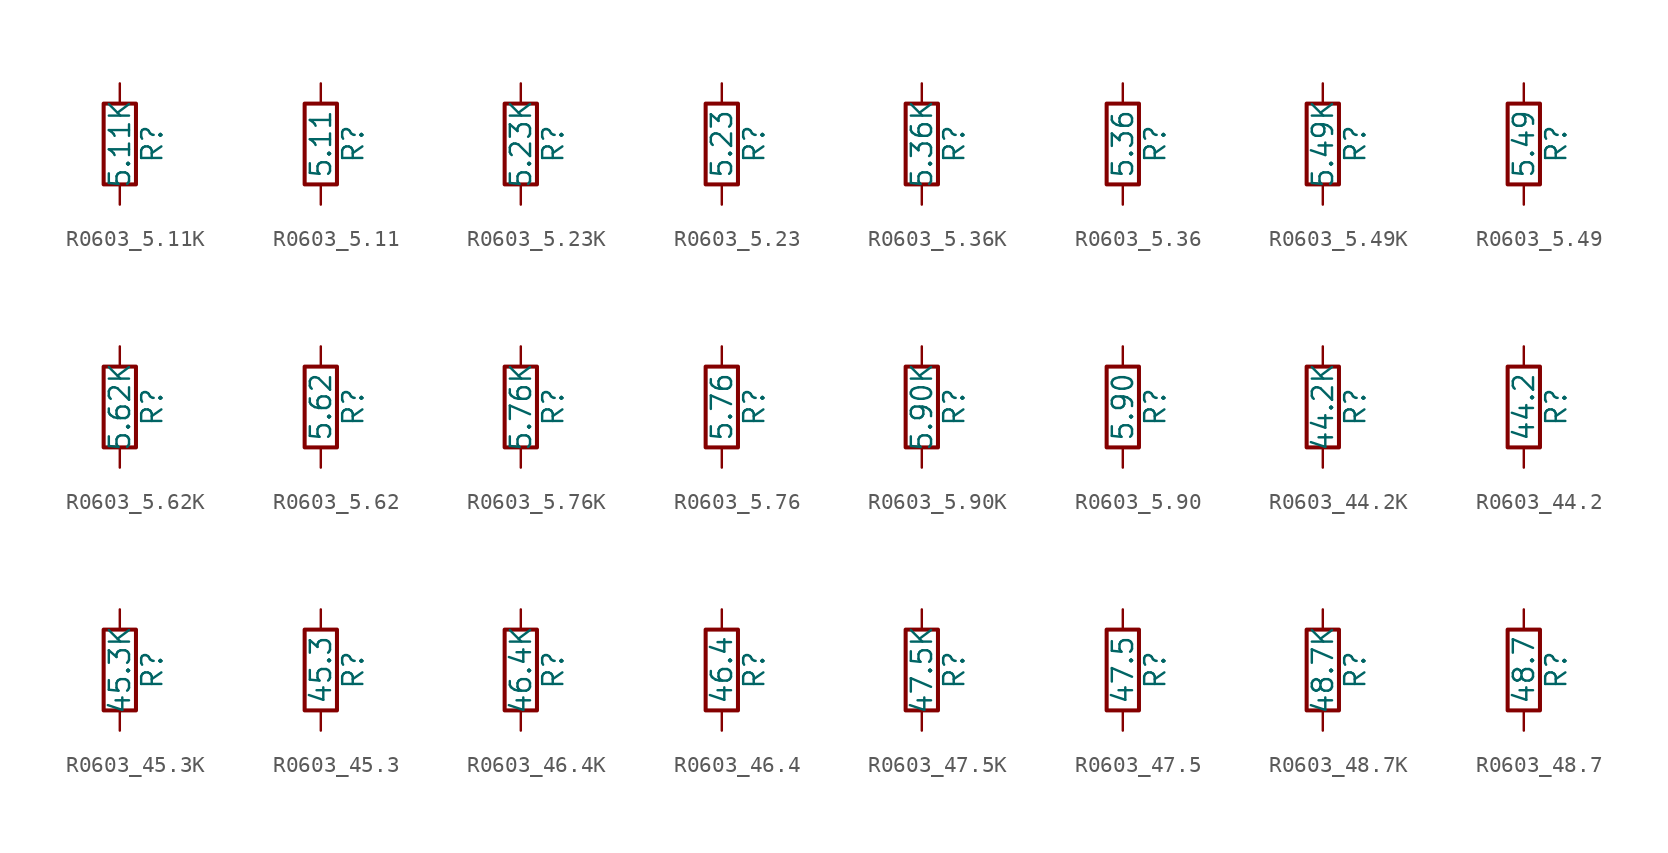
<source format=kicad_sym>
(kicad_symbol_lib
  (version 20211014)
  (generator atlantix-eda)
  (symbol "R0603_5.11K"
    (pin_numbers hide)
    (pin_names
      (offset 0))
    (property "Reference" "R"
      (at 2.032 0 90)
      (effects (font (size 1.27 1.27))))
    (property "Value" "5.11K"
      (at 0 0 90)
      (effects (font (size 1.27 1.27))))
    (symbol "R0603_5.11K_0_1"
      (rectangle (start -1.016 -2.54) (end 1.016 2.54) (stroke (width 0.254) (type default) (color 0 0 0 0)) (fill (type none))))
    (symbol "R0603_5.11K_1_1"
      (pin passive line (at 0 3.81 270) (length 1.27) (name "~" (effects (font (size 1.27 1.27)))) (number "1" (effects (font (size 1.27 1.27)))))
      (pin passive line (at 0 -3.81 90) (length 1.27) (name "~" (effects (font (size 1.27 1.27)))) (number "2" (effects (font (size 1.27 1.27)))))))
  (symbol "R0603_5.11"
    (pin_numbers hide)
    (pin_names
      (offset 0))
    (property "Reference" "R"
      (at 2.032 0 90)
      (effects (font (size 1.27 1.27))))
    (property "Value" "5.11"
      (at 0 0 90)
      (effects (font (size 1.27 1.27))))
    (symbol "R0603_5.11_0_1"
      (rectangle (start -1.016 -2.54) (end 1.016 2.54) (stroke (width 0.254) (type default) (color 0 0 0 0)) (fill (type none))))
    (symbol "R0603_5.11_1_1"
      (pin passive line (at 0 3.81 270) (length 1.27) (name "~" (effects (font (size 1.27 1.27)))) (number "1" (effects (font (size 1.27 1.27)))))
      (pin passive line (at 0 -3.81 90) (length 1.27) (name "~" (effects (font (size 1.27 1.27)))) (number "2" (effects (font (size 1.27 1.27)))))))
  (symbol "R0603_5.23K"
    (pin_numbers hide)
    (pin_names
      (offset 0))
    (property "Reference" "R"
      (at 2.032 0 90)
      (effects (font (size 1.27 1.27))))
    (property "Value" "5.23K"
      (at 0 0 90)
      (effects (font (size 1.27 1.27))))
    (symbol "R0603_5.23K_0_1"
      (rectangle (start -1.016 -2.54) (end 1.016 2.54) (stroke (width 0.254) (type default) (color 0 0 0 0)) (fill (type none))))
    (symbol "R0603_5.23K_1_1"
      (pin passive line (at 0 3.81 270) (length 1.27) (name "~" (effects (font (size 1.27 1.27)))) (number "1" (effects (font (size 1.27 1.27)))))
      (pin passive line (at 0 -3.81 90) (length 1.27) (name "~" (effects (font (size 1.27 1.27)))) (number "2" (effects (font (size 1.27 1.27)))))))
  (symbol "R0603_5.23"
    (pin_numbers hide)
    (pin_names
      (offset 0))
    (property "Reference" "R"
      (at 2.032 0 90)
      (effects (font (size 1.27 1.27))))
    (property "Value" "5.23"
      (at 0 0 90)
      (effects (font (size 1.27 1.27))))
    (symbol "R0603_5.23_0_1"
      (rectangle (start -1.016 -2.54) (end 1.016 2.54) (stroke (width 0.254) (type default) (color 0 0 0 0)) (fill (type none))))
    (symbol "R0603_5.23_1_1"
      (pin passive line (at 0 3.81 270) (length 1.27) (name "~" (effects (font (size 1.27 1.27)))) (number "1" (effects (font (size 1.27 1.27)))))
      (pin passive line (at 0 -3.81 90) (length 1.27) (name "~" (effects (font (size 1.27 1.27)))) (number "2" (effects (font (size 1.27 1.27)))))))
  (symbol "R0603_5.36K"
    (pin_numbers hide)
    (pin_names
      (offset 0))
    (property "Reference" "R"
      (at 2.032 0 90)
      (effects (font (size 1.27 1.27))))
    (property "Value" "5.36K"
      (at 0 0 90)
      (effects (font (size 1.27 1.27))))
    (symbol "R0603_5.36K_0_1"
      (rectangle (start -1.016 -2.54) (end 1.016 2.54) (stroke (width 0.254) (type default) (color 0 0 0 0)) (fill (type none))))
    (symbol "R0603_5.36K_1_1"
      (pin passive line (at 0 3.81 270) (length 1.27) (name "~" (effects (font (size 1.27 1.27)))) (number "1" (effects (font (size 1.27 1.27)))))
      (pin passive line (at 0 -3.81 90) (length 1.27) (name "~" (effects (font (size 1.27 1.27)))) (number "2" (effects (font (size 1.27 1.27)))))))
  (symbol "R0603_5.36"
    (pin_numbers hide)
    (pin_names
      (offset 0))
    (property "Reference" "R"
      (at 2.032 0 90)
      (effects (font (size 1.27 1.27))))
    (property "Value" "5.36"
      (at 0 0 90)
      (effects (font (size 1.27 1.27))))
    (symbol "R0603_5.36_0_1"
      (rectangle (start -1.016 -2.54) (end 1.016 2.54) (stroke (width 0.254) (type default) (color 0 0 0 0)) (fill (type none))))
    (symbol "R0603_5.36_1_1"
      (pin passive line (at 0 3.81 270) (length 1.27) (name "~" (effects (font (size 1.27 1.27)))) (number "1" (effects (font (size 1.27 1.27)))))
      (pin passive line (at 0 -3.81 90) (length 1.27) (name "~" (effects (font (size 1.27 1.27)))) (number "2" (effects (font (size 1.27 1.27)))))))
  (symbol "R0603_5.49K"
    (pin_numbers hide)
    (pin_names
      (offset 0))
    (property "Reference" "R"
      (at 2.032 0 90)
      (effects (font (size 1.27 1.27))))
    (property "Value" "5.49K"
      (at 0 0 90)
      (effects (font (size 1.27 1.27))))
    (symbol "R0603_5.49K_0_1"
      (rectangle (start -1.016 -2.54) (end 1.016 2.54) (stroke (width 0.254) (type default) (color 0 0 0 0)) (fill (type none))))
    (symbol "R0603_5.49K_1_1"
      (pin passive line (at 0 3.81 270) (length 1.27) (name "~" (effects (font (size 1.27 1.27)))) (number "1" (effects (font (size 1.27 1.27)))))
      (pin passive line (at 0 -3.81 90) (length 1.27) (name "~" (effects (font (size 1.27 1.27)))) (number "2" (effects (font (size 1.27 1.27)))))))
  (symbol "R0603_5.49"
    (pin_numbers hide)
    (pin_names
      (offset 0))
    (property "Reference" "R"
      (at 2.032 0 90)
      (effects (font (size 1.27 1.27))))
    (property "Value" "5.49"
      (at 0 0 90)
      (effects (font (size 1.27 1.27))))
    (symbol "R0603_5.49_0_1"
      (rectangle (start -1.016 -2.54) (end 1.016 2.54) (stroke (width 0.254) (type default) (color 0 0 0 0)) (fill (type none))))
    (symbol "R0603_5.49_1_1"
      (pin passive line (at 0 3.81 270) (length 1.27) (name "~" (effects (font (size 1.27 1.27)))) (number "1" (effects (font (size 1.27 1.27)))))
      (pin passive line (at 0 -3.81 90) (length 1.27) (name "~" (effects (font (size 1.27 1.27)))) (number "2" (effects (font (size 1.27 1.27)))))))
  (symbol "R0603_5.62K"
    (pin_numbers hide)
    (pin_names
      (offset 0))
    (property "Reference" "R"
      (at 2.032 0 90)
      (effects (font (size 1.27 1.27))))
    (property "Value" "5.62K"
      (at 0 0 90)
      (effects (font (size 1.27 1.27))))
    (symbol "R0603_5.62K_0_1"
      (rectangle (start -1.016 -2.54) (end 1.016 2.54) (stroke (width 0.254) (type default) (color 0 0 0 0)) (fill (type none))))
    (symbol "R0603_5.62K_1_1"
      (pin passive line (at 0 3.81 270) (length 1.27) (name "~" (effects (font (size 1.27 1.27)))) (number "1" (effects (font (size 1.27 1.27)))))
      (pin passive line (at 0 -3.81 90) (length 1.27) (name "~" (effects (font (size 1.27 1.27)))) (number "2" (effects (font (size 1.27 1.27)))))))
  (symbol "R0603_5.62"
    (pin_numbers hide)
    (pin_names
      (offset 0))
    (property "Reference" "R"
      (at 2.032 0 90)
      (effects (font (size 1.27 1.27))))
    (property "Value" "5.62"
      (at 0 0 90)
      (effects (font (size 1.27 1.27))))
    (symbol "R0603_5.62_0_1"
      (rectangle (start -1.016 -2.54) (end 1.016 2.54) (stroke (width 0.254) (type default) (color 0 0 0 0)) (fill (type none))))
    (symbol "R0603_5.62_1_1"
      (pin passive line (at 0 3.81 270) (length 1.27) (name "~" (effects (font (size 1.27 1.27)))) (number "1" (effects (font (size 1.27 1.27)))))
      (pin passive line (at 0 -3.81 90) (length 1.27) (name "~" (effects (font (size 1.27 1.27)))) (number "2" (effects (font (size 1.27 1.27)))))))
  (symbol "R0603_5.76K"
    (pin_numbers hide)
    (pin_names
      (offset 0))
    (property "Reference" "R"
      (at 2.032 0 90)
      (effects (font (size 1.27 1.27))))
    (property "Value" "5.76K"
      (at 0 0 90)
      (effects (font (size 1.27 1.27))))
    (symbol "R0603_5.76K_0_1"
      (rectangle (start -1.016 -2.54) (end 1.016 2.54) (stroke (width 0.254) (type default) (color 0 0 0 0)) (fill (type none))))
    (symbol "R0603_5.76K_1_1"
      (pin passive line (at 0 3.81 270) (length 1.27) (name "~" (effects (font (size 1.27 1.27)))) (number "1" (effects (font (size 1.27 1.27)))))
      (pin passive line (at 0 -3.81 90) (length 1.27) (name "~" (effects (font (size 1.27 1.27)))) (number "2" (effects (font (size 1.27 1.27)))))))
  (symbol "R0603_5.76"
    (pin_numbers hide)
    (pin_names
      (offset 0))
    (property "Reference" "R"
      (at 2.032 0 90)
      (effects (font (size 1.27 1.27))))
    (property "Value" "5.76"
      (at 0 0 90)
      (effects (font (size 1.27 1.27))))
    (symbol "R0603_5.76_0_1"
      (rectangle (start -1.016 -2.54) (end 1.016 2.54) (stroke (width 0.254) (type default) (color 0 0 0 0)) (fill (type none))))
    (symbol "R0603_5.76_1_1"
      (pin passive line (at 0 3.81 270) (length 1.27) (name "~" (effects (font (size 1.27 1.27)))) (number "1" (effects (font (size 1.27 1.27)))))
      (pin passive line (at 0 -3.81 90) (length 1.27) (name "~" (effects (font (size 1.27 1.27)))) (number "2" (effects (font (size 1.27 1.27)))))))
  (symbol "R0603_5.90K"
    (pin_numbers hide)
    (pin_names
      (offset 0))
    (property "Reference" "R"
      (at 2.032 0 90)
      (effects (font (size 1.27 1.27))))
    (property "Value" "5.90K"
      (at 0 0 90)
      (effects (font (size 1.27 1.27))))
    (symbol "R0603_5.90K_0_1"
      (rectangle (start -1.016 -2.54) (end 1.016 2.54) (stroke (width 0.254) (type default) (color 0 0 0 0)) (fill (type none))))
    (symbol "R0603_5.90K_1_1"
      (pin passive line (at 0 3.81 270) (length 1.27) (name "~" (effects (font (size 1.27 1.27)))) (number "1" (effects (font (size 1.27 1.27)))))
      (pin passive line (at 0 -3.81 90) (length 1.27) (name "~" (effects (font (size 1.27 1.27)))) (number "2" (effects (font (size 1.27 1.27)))))))
  (symbol "R0603_5.90"
    (pin_numbers hide)
    (pin_names
      (offset 0))
    (property "Reference" "R"
      (at 2.032 0 90)
      (effects (font (size 1.27 1.27))))
    (property "Value" "5.90"
      (at 0 0 90)
      (effects (font (size 1.27 1.27))))
    (symbol "R0603_5.90_0_1"
      (rectangle (start -1.016 -2.54) (end 1.016 2.54) (stroke (width 0.254) (type default) (color 0 0 0 0)) (fill (type none))))
    (symbol "R0603_5.90_1_1"
      (pin passive line (at 0 3.81 270) (length 1.27) (name "~" (effects (font (size 1.27 1.27)))) (number "1" (effects (font (size 1.27 1.27)))))
      (pin passive line (at 0 -3.81 90) (length 1.27) (name "~" (effects (font (size 1.27 1.27)))) (number "2" (effects (font (size 1.27 1.27)))))))
  (symbol "R0603_44.2K"
    (pin_numbers hide)
    (pin_names
      (offset 0))
    (property "Reference" "R"
      (at 2.032 0 90)
      (effects (font (size 1.27 1.27))))
    (property "Value" "44.2K"
      (at 0 0 90)
      (effects (font (size 1.27 1.27))))
    (symbol "R0603_44.2K_0_1"
      (rectangle (start -1.016 -2.54) (end 1.016 2.54) (stroke (width 0.254) (type default) (color 0 0 0 0)) (fill (type none))))
    (symbol "R0603_44.2K_1_1"
      (pin passive line (at 0 3.81 270) (length 1.27) (name "~" (effects (font (size 1.27 1.27)))) (number "1" (effects (font (size 1.27 1.27)))))
      (pin passive line (at 0 -3.81 90) (length 1.27) (name "~" (effects (font (size 1.27 1.27)))) (number "2" (effects (font (size 1.27 1.27)))))))
  (symbol "R0603_44.2"
    (pin_numbers hide)
    (pin_names
      (offset 0))
    (property "Reference" "R"
      (at 2.032 0 90)
      (effects (font (size 1.27 1.27))))
    (property "Value" "44.2"
      (at 0 0 90)
      (effects (font (size 1.27 1.27))))
    (symbol "R0603_44.2_0_1"
      (rectangle (start -1.016 -2.54) (end 1.016 2.54) (stroke (width 0.254) (type default) (color 0 0 0 0)) (fill (type none))))
    (symbol "R0603_44.2_1_1"
      (pin passive line (at 0 3.81 270) (length 1.27) (name "~" (effects (font (size 1.27 1.27)))) (number "1" (effects (font (size 1.27 1.27)))))
      (pin passive line (at 0 -3.81 90) (length 1.27) (name "~" (effects (font (size 1.27 1.27)))) (number "2" (effects (font (size 1.27 1.27)))))))
  (symbol "R0603_45.3K"
    (pin_numbers hide)
    (pin_names
      (offset 0))
    (property "Reference" "R"
      (at 2.032 0 90)
      (effects (font (size 1.27 1.27))))
    (property "Value" "45.3K"
      (at 0 0 90)
      (effects (font (size 1.27 1.27))))
    (symbol "R0603_45.3K_0_1"
      (rectangle (start -1.016 -2.54) (end 1.016 2.54) (stroke (width 0.254) (type default) (color 0 0 0 0)) (fill (type none))))
    (symbol "R0603_45.3K_1_1"
      (pin passive line (at 0 3.81 270) (length 1.27) (name "~" (effects (font (size 1.27 1.27)))) (number "1" (effects (font (size 1.27 1.27)))))
      (pin passive line (at 0 -3.81 90) (length 1.27) (name "~" (effects (font (size 1.27 1.27)))) (number "2" (effects (font (size 1.27 1.27)))))))
  (symbol "R0603_45.3"
    (pin_numbers hide)
    (pin_names
      (offset 0))
    (property "Reference" "R"
      (at 2.032 0 90)
      (effects (font (size 1.27 1.27))))
    (property "Value" "45.3"
      (at 0 0 90)
      (effects (font (size 1.27 1.27))))
    (symbol "R0603_45.3_0_1"
      (rectangle (start -1.016 -2.54) (end 1.016 2.54) (stroke (width 0.254) (type default) (color 0 0 0 0)) (fill (type none))))
    (symbol "R0603_45.3_1_1"
      (pin passive line (at 0 3.81 270) (length 1.27) (name "~" (effects (font (size 1.27 1.27)))) (number "1" (effects (font (size 1.27 1.27)))))
      (pin passive line (at 0 -3.81 90) (length 1.27) (name "~" (effects (font (size 1.27 1.27)))) (number "2" (effects (font (size 1.27 1.27)))))))
  (symbol "R0603_46.4K"
    (pin_numbers hide)
    (pin_names
      (offset 0))
    (property "Reference" "R"
      (at 2.032 0 90)
      (effects (font (size 1.27 1.27))))
    (property "Value" "46.4K"
      (at 0 0 90)
      (effects (font (size 1.27 1.27))))
    (symbol "R0603_46.4K_0_1"
      (rectangle (start -1.016 -2.54) (end 1.016 2.54) (stroke (width 0.254) (type default) (color 0 0 0 0)) (fill (type none))))
    (symbol "R0603_46.4K_1_1"
      (pin passive line (at 0 3.81 270) (length 1.27) (name "~" (effects (font (size 1.27 1.27)))) (number "1" (effects (font (size 1.27 1.27)))))
      (pin passive line (at 0 -3.81 90) (length 1.27) (name "~" (effects (font (size 1.27 1.27)))) (number "2" (effects (font (size 1.27 1.27)))))))
  (symbol "R0603_46.4"
    (pin_numbers hide)
    (pin_names
      (offset 0))
    (property "Reference" "R"
      (at 2.032 0 90)
      (effects (font (size 1.27 1.27))))
    (property "Value" "46.4"
      (at 0 0 90)
      (effects (font (size 1.27 1.27))))
    (symbol "R0603_46.4_0_1"
      (rectangle (start -1.016 -2.54) (end 1.016 2.54) (stroke (width 0.254) (type default) (color 0 0 0 0)) (fill (type none))))
    (symbol "R0603_46.4_1_1"
      (pin passive line (at 0 3.81 270) (length 1.27) (name "~" (effects (font (size 1.27 1.27)))) (number "1" (effects (font (size 1.27 1.27)))))
      (pin passive line (at 0 -3.81 90) (length 1.27) (name "~" (effects (font (size 1.27 1.27)))) (number "2" (effects (font (size 1.27 1.27)))))))
  (symbol "R0603_47.5K"
    (pin_numbers hide)
    (pin_names
      (offset 0))
    (property "Reference" "R"
      (at 2.032 0 90)
      (effects (font (size 1.27 1.27))))
    (property "Value" "47.5K"
      (at 0 0 90)
      (effects (font (size 1.27 1.27))))
    (symbol "R0603_47.5K_0_1"
      (rectangle (start -1.016 -2.54) (end 1.016 2.54) (stroke (width 0.254) (type default) (color 0 0 0 0)) (fill (type none))))
    (symbol "R0603_47.5K_1_1"
      (pin passive line (at 0 3.81 270) (length 1.27) (name "~" (effects (font (size 1.27 1.27)))) (number "1" (effects (font (size 1.27 1.27)))))
      (pin passive line (at 0 -3.81 90) (length 1.27) (name "~" (effects (font (size 1.27 1.27)))) (number "2" (effects (font (size 1.27 1.27)))))))
  (symbol "R0603_47.5"
    (pin_numbers hide)
    (pin_names
      (offset 0))
    (property "Reference" "R"
      (at 2.032 0 90)
      (effects (font (size 1.27 1.27))))
    (property "Value" "47.5"
      (at 0 0 90)
      (effects (font (size 1.27 1.27))))
    (symbol "R0603_47.5_0_1"
      (rectangle (start -1.016 -2.54) (end 1.016 2.54) (stroke (width 0.254) (type default) (color 0 0 0 0)) (fill (type none))))
    (symbol "R0603_47.5_1_1"
      (pin passive line (at 0 3.81 270) (length 1.27) (name "~" (effects (font (size 1.27 1.27)))) (number "1" (effects (font (size 1.27 1.27)))))
      (pin passive line (at 0 -3.81 90) (length 1.27) (name "~" (effects (font (size 1.27 1.27)))) (number "2" (effects (font (size 1.27 1.27)))))))
  (symbol "R0603_48.7K"
    (pin_numbers hide)
    (pin_names
      (offset 0))
    (property "Reference" "R"
      (at 2.032 0 90)
      (effects (font (size 1.27 1.27))))
    (property "Value" "48.7K"
      (at 0 0 90)
      (effects (font (size 1.27 1.27))))
    (symbol "R0603_48.7K_0_1"
      (rectangle (start -1.016 -2.54) (end 1.016 2.54) (stroke (width 0.254) (type default) (color 0 0 0 0)) (fill (type none))))
    (symbol "R0603_48.7K_1_1"
      (pin passive line (at 0 3.81 270) (length 1.27) (name "~" (effects (font (size 1.27 1.27)))) (number "1" (effects (font (size 1.27 1.27)))))
      (pin passive line (at 0 -3.81 90) (length 1.27) (name "~" (effects (font (size 1.27 1.27)))) (number "2" (effects (font (size 1.27 1.27)))))))
  (symbol "R0603_48.7"
    (pin_numbers hide)
    (pin_names
      (offset 0))
    (property "Reference" "R"
      (at 2.032 0 90)
      (effects (font (size 1.27 1.27))))
    (property "Value" "48.7"
      (at 0 0 90)
      (effects (font (size 1.27 1.27))))
    (symbol "R0603_48.7_0_1"
      (rectangle (start -1.016 -2.54) (end 1.016 2.54) (stroke (width 0.254) (type default) (color 0 0 0 0)) (fill (type none))))
    (symbol "R0603_48.7_1_1"
      (pin passive line (at 0 3.81 270) (length 1.27) (name "~" (effects (font (size 1.27 1.27)))) (number "1" (effects (font (size 1.27 1.27)))))
      (pin passive line (at 0 -3.81 90) (length 1.27) (name "~" (effects (font (size 1.27 1.27)))) (number "2" (effects (font (size 1.27 1.27))))))))
</source>
